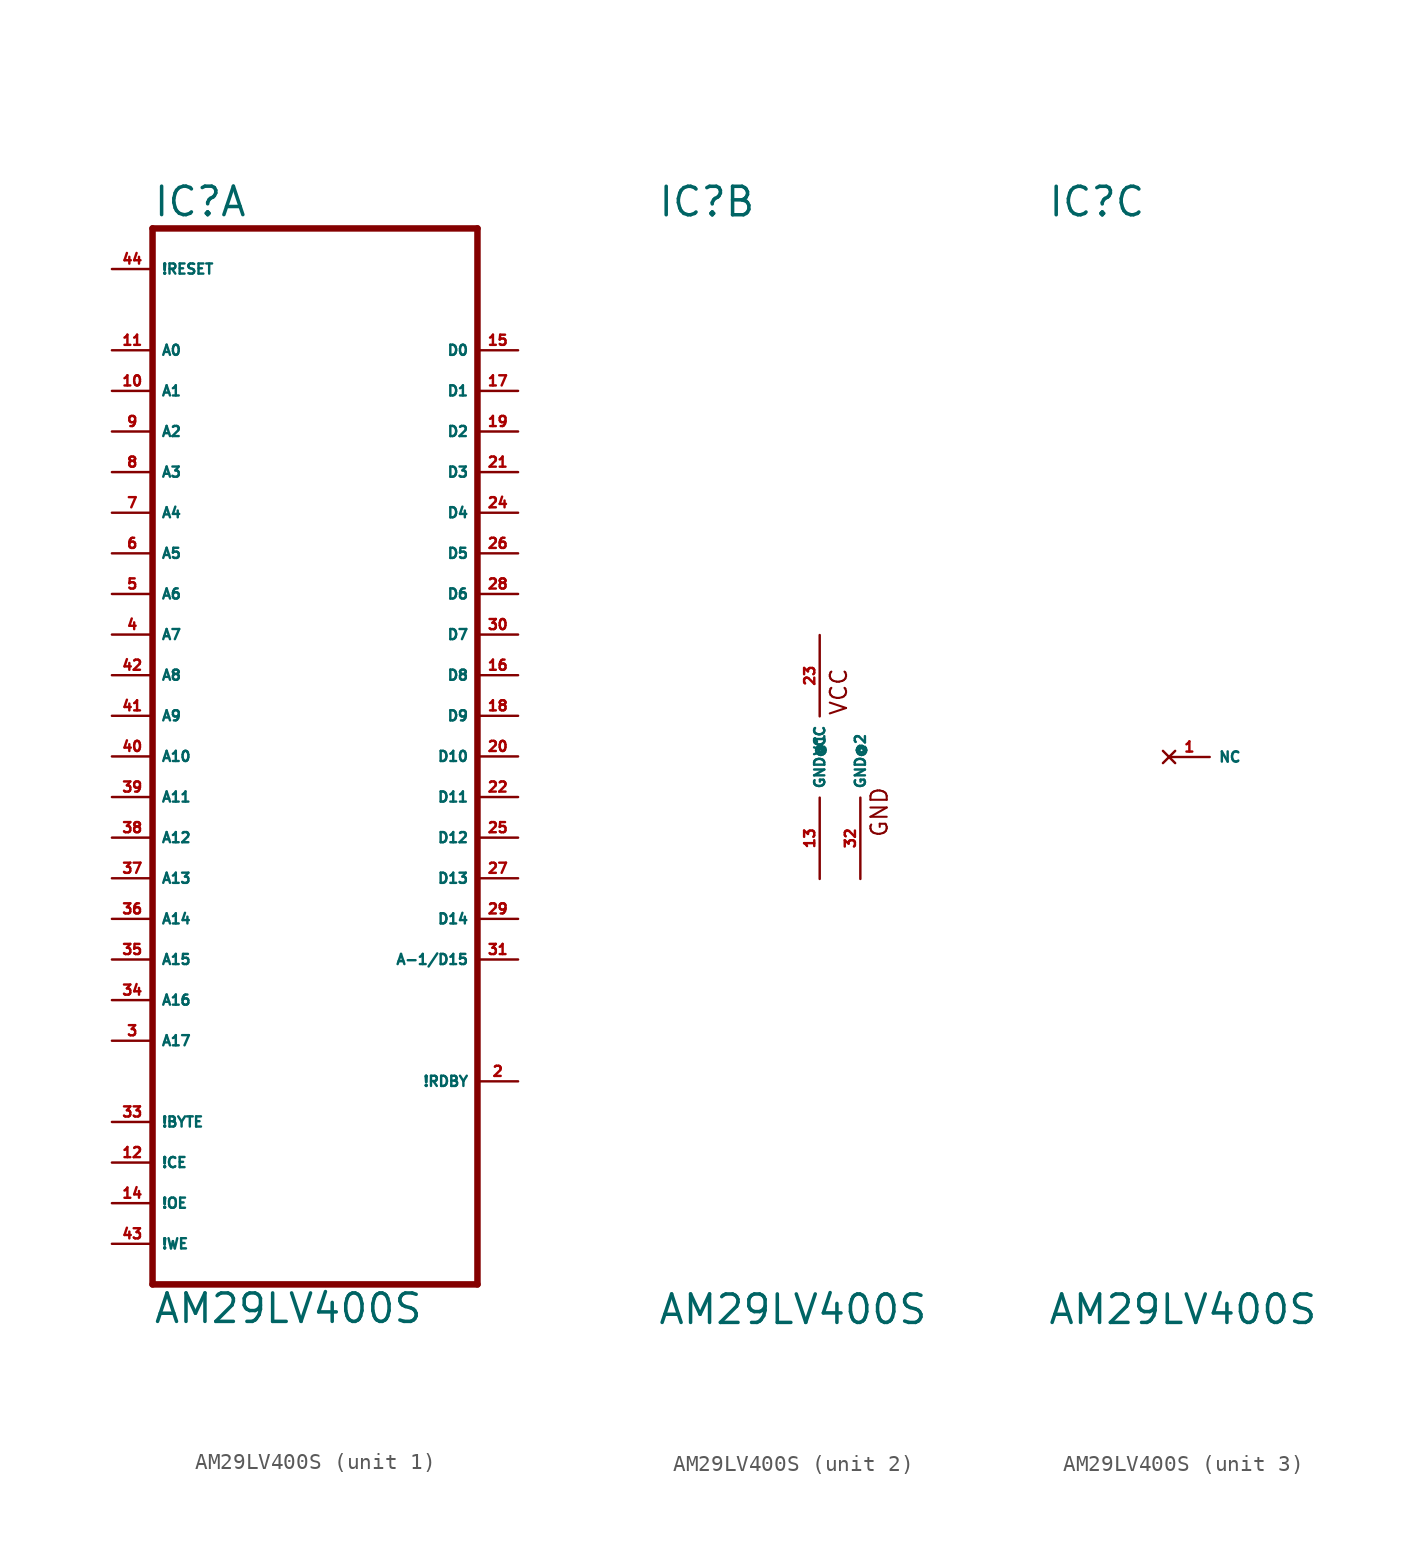
<source format=kicad_sym>
(kicad_symbol_lib
  (version 20220914)
  (generator Eagle2Kicad)
  (symbol "AM29LV400S"
    (property "Reference" "IC"
      (at -10.16 33.655 0)
      (effects (font (size 1.778 1.778) (thickness 0.22)) (justify left bottom)))
    (property "Value" "AM29LV400S"
      (at -10.16 -35.56 0)
      (effects (font (size 1.778 1.778) (thickness 0.22)) (justify left bottom)))
    (symbol "AM29LV400S_1_0"
      (polyline (pts (xy -10.16 -33.02) (xy 10.16 -33.02)) (stroke (width 0.406) (type default)) (fill (type none)))
      (polyline (pts (xy 10.16 -33.02) (xy 10.16 33.02)) (stroke (width 0.406) (type default)) (fill (type none)))
      (polyline (pts (xy 10.16 33.02) (xy -10.16 33.02)) (stroke (width 0.406) (type default)) (fill (type none)))
      (polyline (pts (xy -10.16 33.02) (xy -10.16 -33.02)) (stroke (width 0.406) (type default)) (fill (type none)))
      (pin input line (at -12.7 -30.48 0) (length 2.54) (name "!WE" (effects (font (size 0.635 0.635) (thickness 0.08)) (justify left bottom))) (number "43" (effects (font (size 0.635 0.635) (thickness 0.08)) (justify left bottom))))
      (pin input line (at -12.7 -5.08 0) (length 2.54) (name "A12" (effects (font (size 0.635 0.635) (thickness 0.08)) (justify left bottom))) (number "38" (effects (font (size 0.635 0.635) (thickness 0.08)) (justify left bottom))))
      (pin input line (at -12.7 7.62 0) (length 2.54) (name "A7" (effects (font (size 0.635 0.635) (thickness 0.08)) (justify left bottom))) (number "4" (effects (font (size 0.635 0.635) (thickness 0.08)) (justify left bottom))))
      (pin input line (at -12.7 10.16 0) (length 2.54) (name "A6" (effects (font (size 0.635 0.635) (thickness 0.08)) (justify left bottom))) (number "5" (effects (font (size 0.635 0.635) (thickness 0.08)) (justify left bottom))))
      (pin input line (at -12.7 12.7 0) (length 2.54) (name "A5" (effects (font (size 0.635 0.635) (thickness 0.08)) (justify left bottom))) (number "6" (effects (font (size 0.635 0.635) (thickness 0.08)) (justify left bottom))))
      (pin input line (at -12.7 15.24 0) (length 2.54) (name "A4" (effects (font (size 0.635 0.635) (thickness 0.08)) (justify left bottom))) (number "7" (effects (font (size 0.635 0.635) (thickness 0.08)) (justify left bottom))))
      (pin input line (at -12.7 17.78 0) (length 2.54) (name "A3" (effects (font (size 0.635 0.635) (thickness 0.08)) (justify left bottom))) (number "8" (effects (font (size 0.635 0.635) (thickness 0.08)) (justify left bottom))))
      (pin input line (at -12.7 20.32 0) (length 2.54) (name "A2" (effects (font (size 0.635 0.635) (thickness 0.08)) (justify left bottom))) (number "9" (effects (font (size 0.635 0.635) (thickness 0.08)) (justify left bottom))))
      (pin input line (at -12.7 22.86 0) (length 2.54) (name "A1" (effects (font (size 0.635 0.635) (thickness 0.08)) (justify left bottom))) (number "10" (effects (font (size 0.635 0.635) (thickness 0.08)) (justify left bottom))))
      (pin input line (at -12.7 25.4 0) (length 2.54) (name "A0" (effects (font (size 0.635 0.635) (thickness 0.08)) (justify left bottom))) (number "11" (effects (font (size 0.635 0.635) (thickness 0.08)) (justify left bottom))))
      (pin tri_state line (at 12.7 25.4 180) (length 2.54) (name "D0" (effects (font (size 0.635 0.635) (thickness 0.08)) (justify left bottom))) (number "15" (effects (font (size 0.635 0.635) (thickness 0.08)) (justify left bottom))))
      (pin input line (at -12.7 -25.4 0) (length 2.54) (name "!CE" (effects (font (size 0.635 0.635) (thickness 0.08)) (justify left bottom))) (number "12" (effects (font (size 0.635 0.635) (thickness 0.08)) (justify left bottom))))
      (pin input line (at -12.7 0 0) (length 2.54) (name "A10" (effects (font (size 0.635 0.635) (thickness 0.08)) (justify left bottom))) (number "40" (effects (font (size 0.635 0.635) (thickness 0.08)) (justify left bottom))))
      (pin input line (at -12.7 -27.94 0) (length 2.54) (name "!OE" (effects (font (size 0.635 0.635) (thickness 0.08)) (justify left bottom))) (number "14" (effects (font (size 0.635 0.635) (thickness 0.08)) (justify left bottom))))
      (pin input line (at -12.7 -2.54 0) (length 2.54) (name "A11" (effects (font (size 0.635 0.635) (thickness 0.08)) (justify left bottom))) (number "39" (effects (font (size 0.635 0.635) (thickness 0.08)) (justify left bottom))))
      (pin input line (at -12.7 2.54 0) (length 2.54) (name "A9" (effects (font (size 0.635 0.635) (thickness 0.08)) (justify left bottom))) (number "41" (effects (font (size 0.635 0.635) (thickness 0.08)) (justify left bottom))))
      (pin input line (at -12.7 5.08 0) (length 2.54) (name "A8" (effects (font (size 0.635 0.635) (thickness 0.08)) (justify left bottom))) (number "42" (effects (font (size 0.635 0.635) (thickness 0.08)) (justify left bottom))))
      (pin input line (at -12.7 -7.62 0) (length 2.54) (name "A13" (effects (font (size 0.635 0.635) (thickness 0.08)) (justify left bottom))) (number "37" (effects (font (size 0.635 0.635) (thickness 0.08)) (justify left bottom))))
      (pin input line (at -12.7 -10.16 0) (length 2.54) (name "A14" (effects (font (size 0.635 0.635) (thickness 0.08)) (justify left bottom))) (number "36" (effects (font (size 0.635 0.635) (thickness 0.08)) (justify left bottom))))
      (pin input line (at -12.7 -12.7 0) (length 2.54) (name "A15" (effects (font (size 0.635 0.635) (thickness 0.08)) (justify left bottom))) (number "35" (effects (font (size 0.635 0.635) (thickness 0.08)) (justify left bottom))))
      (pin input line (at -12.7 -15.24 0) (length 2.54) (name "A16" (effects (font (size 0.635 0.635) (thickness 0.08)) (justify left bottom))) (number "34" (effects (font (size 0.635 0.635) (thickness 0.08)) (justify left bottom))))
      (pin input line (at -12.7 -17.78 0) (length 2.54) (name "A17" (effects (font (size 0.635 0.635) (thickness 0.08)) (justify left bottom))) (number "3" (effects (font (size 0.635 0.635) (thickness 0.08)) (justify left bottom))))
      (pin tri_state line (at 12.7 22.86 180) (length 2.54) (name "D1" (effects (font (size 0.635 0.635) (thickness 0.08)) (justify left bottom))) (number "17" (effects (font (size 0.635 0.635) (thickness 0.08)) (justify left bottom))))
      (pin tri_state line (at 12.7 20.32 180) (length 2.54) (name "D2" (effects (font (size 0.635 0.635) (thickness 0.08)) (justify left bottom))) (number "19" (effects (font (size 0.635 0.635) (thickness 0.08)) (justify left bottom))))
      (pin tri_state line (at 12.7 17.78 180) (length 2.54) (name "D3" (effects (font (size 0.635 0.635) (thickness 0.08)) (justify left bottom))) (number "21" (effects (font (size 0.635 0.635) (thickness 0.08)) (justify left bottom))))
      (pin tri_state line (at 12.7 15.24 180) (length 2.54) (name "D4" (effects (font (size 0.635 0.635) (thickness 0.08)) (justify left bottom))) (number "24" (effects (font (size 0.635 0.635) (thickness 0.08)) (justify left bottom))))
      (pin tri_state line (at 12.7 12.7 180) (length 2.54) (name "D5" (effects (font (size 0.635 0.635) (thickness 0.08)) (justify left bottom))) (number "26" (effects (font (size 0.635 0.635) (thickness 0.08)) (justify left bottom))))
      (pin tri_state line (at 12.7 10.16 180) (length 2.54) (name "D6" (effects (font (size 0.635 0.635) (thickness 0.08)) (justify left bottom))) (number "28" (effects (font (size 0.635 0.635) (thickness 0.08)) (justify left bottom))))
      (pin tri_state line (at 12.7 7.62 180) (length 2.54) (name "D7" (effects (font (size 0.635 0.635) (thickness 0.08)) (justify left bottom))) (number "30" (effects (font (size 0.635 0.635) (thickness 0.08)) (justify left bottom))))
      (pin output line (at 12.7 -20.32 180) (length 2.54) (name "!RDBY" (effects (font (size 0.635 0.635) (thickness 0.08)) (justify left bottom))) (number "2" (effects (font (size 0.635 0.635) (thickness 0.08)) (justify left bottom))))
      (pin input line (at -12.7 30.48 0) (length 2.54) (name "!RESET" (effects (font (size 0.635 0.635) (thickness 0.08)) (justify left bottom))) (number "44" (effects (font (size 0.635 0.635) (thickness 0.08)) (justify left bottom))))
      (pin tri_state line (at 12.7 5.08 180) (length 2.54) (name "D8" (effects (font (size 0.635 0.635) (thickness 0.08)) (justify left bottom))) (number "16" (effects (font (size 0.635 0.635) (thickness 0.08)) (justify left bottom))))
      (pin tri_state line (at 12.7 2.54 180) (length 2.54) (name "D9" (effects (font (size 0.635 0.635) (thickness 0.08)) (justify left bottom))) (number "18" (effects (font (size 0.635 0.635) (thickness 0.08)) (justify left bottom))))
      (pin tri_state line (at 12.7 0 180) (length 2.54) (name "D10" (effects (font (size 0.635 0.635) (thickness 0.08)) (justify left bottom))) (number "20" (effects (font (size 0.635 0.635) (thickness 0.08)) (justify left bottom))))
      (pin tri_state line (at 12.7 -2.54 180) (length 2.54) (name "D11" (effects (font (size 0.635 0.635) (thickness 0.08)) (justify left bottom))) (number "22" (effects (font (size 0.635 0.635) (thickness 0.08)) (justify left bottom))))
      (pin tri_state line (at 12.7 -5.08 180) (length 2.54) (name "D12" (effects (font (size 0.635 0.635) (thickness 0.08)) (justify left bottom))) (number "25" (effects (font (size 0.635 0.635) (thickness 0.08)) (justify left bottom))))
      (pin tri_state line (at 12.7 -7.62 180) (length 2.54) (name "D13" (effects (font (size 0.635 0.635) (thickness 0.08)) (justify left bottom))) (number "27" (effects (font (size 0.635 0.635) (thickness 0.08)) (justify left bottom))))
      (pin tri_state line (at 12.7 -10.16 180) (length 2.54) (name "D14" (effects (font (size 0.635 0.635) (thickness 0.08)) (justify left bottom))) (number "29" (effects (font (size 0.635 0.635) (thickness 0.08)) (justify left bottom))))
      (pin tri_state line (at 12.7 -12.7 180) (length 2.54) (name "A-1/D15" (effects (font (size 0.635 0.635) (thickness 0.08)) (justify left bottom))) (number "31" (effects (font (size 0.635 0.635) (thickness 0.08)) (justify left bottom))))
      (pin input line (at -12.7 -22.86 0) (length 2.54) (name "!BYTE" (effects (font (size 0.635 0.635) (thickness 0.08)) (justify left bottom))) (number "33" (effects (font (size 0.635 0.635) (thickness 0.08)) (justify left bottom)))))
    (symbol "AM29LV400S_2_0"
      (text "GND" (at 4.318 -5.08 900) (effects (font (size 1.016 1.016) (thickness 0.13)) (justify left bottom)))
      (text "VCC" (at 1.778 2.54 900) (effects (font (size 1.016 1.016) (thickness 0.13)) (justify left bottom)))
      (pin unspecified line (at 0 7.62 270) (length 5.08) (name "VCC" (effects (font (size 0.635 0.635) (thickness 0.08)) (justify left bottom))) (number "23" (effects (font (size 0.635 0.635) (thickness 0.08)) (justify left bottom))))
      (pin unspecified line (at 0 -7.62 90) (length 5.08) (name "GND@1" (effects (font (size 0.635 0.635) (thickness 0.08)) (justify left bottom))) (number "13" (effects (font (size 0.635 0.635) (thickness 0.08)) (justify left bottom))))
      (pin unspecified line (at 2.54 -7.62 90) (length 5.08) (name "GND@2" (effects (font (size 0.635 0.635) (thickness 0.08)) (justify left bottom))) (number "32" (effects (font (size 0.635 0.635) (thickness 0.08)) (justify left bottom)))))
    (symbol "AM29LV400S_3_0"
      (pin no_connect line (at -2.54 0 0) (length 2.54) (name "NC" (effects (font (size 0.635 0.635) (thickness 0.08)) (justify left bottom) hide)) (number "1" (effects (font (size 0.635 0.635) (thickness 0.08)) (justify left bottom) hide))))))
</source>
